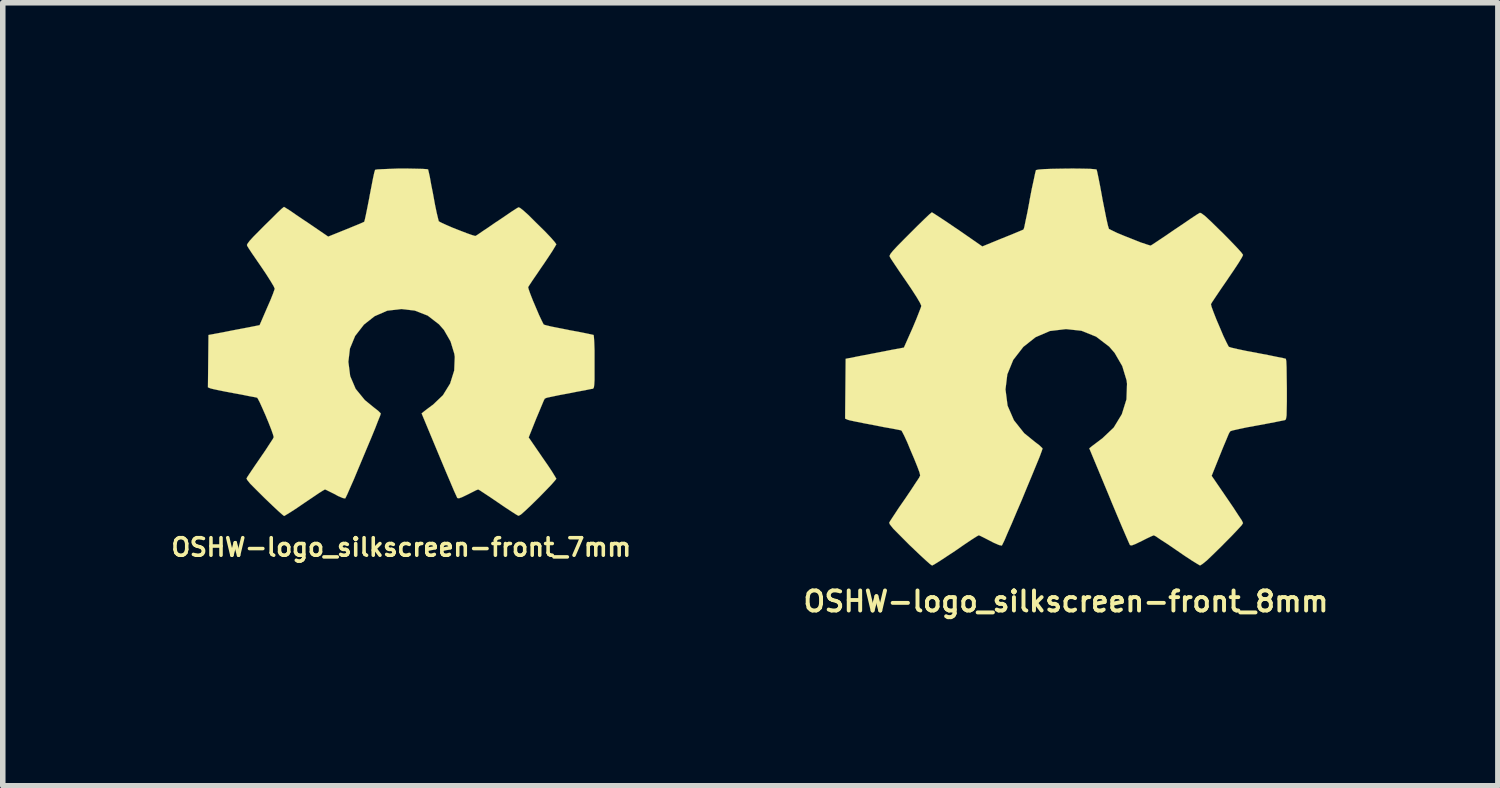
<source format=kicad_pcb>
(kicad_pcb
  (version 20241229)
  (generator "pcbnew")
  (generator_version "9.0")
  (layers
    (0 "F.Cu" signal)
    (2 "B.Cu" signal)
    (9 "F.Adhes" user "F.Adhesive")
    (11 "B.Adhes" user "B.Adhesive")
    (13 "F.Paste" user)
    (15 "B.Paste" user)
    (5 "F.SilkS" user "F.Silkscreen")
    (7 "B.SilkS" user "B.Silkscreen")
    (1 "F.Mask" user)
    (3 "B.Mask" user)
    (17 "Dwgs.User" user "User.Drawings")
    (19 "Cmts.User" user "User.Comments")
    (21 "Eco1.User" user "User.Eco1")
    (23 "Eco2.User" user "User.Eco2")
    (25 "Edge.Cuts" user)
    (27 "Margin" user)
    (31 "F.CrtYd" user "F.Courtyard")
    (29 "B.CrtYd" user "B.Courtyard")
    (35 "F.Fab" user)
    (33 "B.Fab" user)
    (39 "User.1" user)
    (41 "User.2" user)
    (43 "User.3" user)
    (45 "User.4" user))
  (footprint "OSHW-logo_silkscreen-front_8mm"
    (layer "F.Cu")
    (at 16.246 3.595)
    (property "Reference" "OSHW-logo_silkscreen-front_8mm" (at 0 4.242 0) (layer "F.SilkS") (effects (font (size 0.363 0.363) (thickness 0.071))))
    (attr through_hole)
    (fp_poly (pts (xy -2.423 3.592) (xy -2.383 3.571) (xy -2.289 3.513) (xy -2.154 3.424) (xy -1.996 3.32) (xy -1.839 3.211) (xy -1.709 3.124) (xy -1.618 3.066) (xy -1.58 3.045) (xy -1.56 3.051) (xy -1.483 3.089) (xy -1.374 3.145) (xy -1.311 3.178) (xy -1.212 3.221) (xy -1.161 3.231) (xy -1.153 3.216) (xy -1.115 3.139) (xy -1.059 3.007) (xy -0.983 2.835) (xy -0.897 2.631) (xy -0.803 2.413) (xy -0.711 2.189) (xy -0.622 1.976) (xy -0.544 1.786) (xy -0.48 1.631) (xy -0.439 1.521) (xy -0.424 1.476) (xy -0.429 1.466) (xy -0.48 1.417) (xy -0.566 1.351) (xy -0.757 1.196) (xy -0.942 0.963) (xy -1.057 0.699) (xy -1.095 0.404) (xy -1.062 0.132) (xy -0.955 -0.13) (xy -0.772 -0.366) (xy -0.551 -0.541) (xy -0.292 -0.653) (xy 0 -0.688) (xy 0.279 -0.658) (xy 0.546 -0.551) (xy 0.782 -0.371) (xy 0.881 -0.257) (xy 1.019 -0.018) (xy 1.097 0.239) (xy 1.105 0.302) (xy 1.095 0.584) (xy 1.011 0.853) (xy 0.864 1.095) (xy 0.658 1.29) (xy 0.63 1.311) (xy 0.536 1.382) (xy 0.472 1.43) (xy 0.422 1.471) (xy 0.78 2.332) (xy 0.836 2.469) (xy 0.935 2.705) (xy 1.021 2.908) (xy 1.09 3.068) (xy 1.138 3.178) (xy 1.158 3.221) (xy 1.161 3.223) (xy 1.191 3.228) (xy 1.257 3.203) (xy 1.377 3.145) (xy 1.458 3.104) (xy 1.549 3.061) (xy 1.59 3.045) (xy 1.626 3.063) (xy 1.712 3.122) (xy 1.841 3.205) (xy 1.994 3.31) (xy 2.141 3.411) (xy 2.276 3.5) (xy 2.375 3.561) (xy 2.423 3.589) (xy 2.431 3.589) (xy 2.471 3.564) (xy 2.55 3.5) (xy 2.667 3.388) (xy 2.832 3.226) (xy 2.857 3.2) (xy 2.995 3.061) (xy 3.106 2.944) (xy 3.18 2.863) (xy 3.205 2.824) (xy 3.183 2.776) (xy 3.119 2.68) (xy 3.03 2.543) (xy 2.921 2.383) (xy 2.637 1.968) (xy 2.794 1.577) (xy 2.842 1.458) (xy 2.903 1.313) (xy 2.946 1.209) (xy 2.972 1.163) (xy 3.012 1.148) (xy 3.122 1.123) (xy 3.277 1.09) (xy 3.459 1.057) (xy 3.637 1.024) (xy 3.797 0.993) (xy 3.912 0.97) (xy 3.962 0.96) (xy 3.975 0.953) (xy 3.985 0.927) (xy 3.993 0.874) (xy 3.995 0.777) (xy 3.998 0.625) (xy 3.998 0.404) (xy 3.998 0.381) (xy 3.995 0.17) (xy 3.993 0.003) (xy 3.988 -0.107) (xy 3.98 -0.15) (xy 3.929 -0.163) (xy 3.818 -0.185) (xy 3.658 -0.218) (xy 3.467 -0.254) (xy 3.457 -0.257) (xy 3.266 -0.292) (xy 3.109 -0.325) (xy 2.997 -0.351) (xy 2.951 -0.366) (xy 2.941 -0.378) (xy 2.903 -0.452) (xy 2.847 -0.569) (xy 2.786 -0.714) (xy 2.723 -0.861) (xy 2.67 -0.996) (xy 2.634 -1.095) (xy 2.624 -1.14) (xy 2.652 -1.186) (xy 2.718 -1.285) (xy 2.809 -1.42) (xy 2.921 -1.582) (xy 2.929 -1.595) (xy 3.038 -1.755) (xy 3.127 -1.89) (xy 3.185 -1.986) (xy 3.205 -2.029) (xy 3.205 -2.032) (xy 3.17 -2.08) (xy 3.089 -2.169) (xy 2.972 -2.291) (xy 2.832 -2.433) (xy 2.786 -2.477) (xy 2.631 -2.629) (xy 2.525 -2.728) (xy 2.456 -2.781) (xy 2.423 -2.794) (xy 2.423 -2.791) (xy 2.375 -2.764) (xy 2.273 -2.697) (xy 2.136 -2.603) (xy 1.974 -2.494) (xy 1.963 -2.487) (xy 1.803 -2.377) (xy 1.671 -2.289) (xy 1.575 -2.225) (xy 1.534 -2.2) (xy 1.527 -2.2) (xy 1.463 -2.22) (xy 1.349 -2.258) (xy 1.209 -2.314) (xy 1.062 -2.372) (xy 0.927 -2.428) (xy 0.826 -2.477) (xy 0.777 -2.502) (xy 0.777 -2.504) (xy 0.759 -2.563) (xy 0.732 -2.682) (xy 0.699 -2.847) (xy 0.66 -3.043) (xy 0.655 -3.073) (xy 0.62 -3.264) (xy 0.589 -3.421) (xy 0.566 -3.531) (xy 0.554 -3.576) (xy 0.528 -3.581) (xy 0.434 -3.589) (xy 0.292 -3.592) (xy 0.119 -3.594) (xy -0.061 -3.592) (xy -0.236 -3.589) (xy -0.389 -3.584) (xy -0.495 -3.576) (xy -0.541 -3.566) (xy -0.544 -3.564) (xy -0.559 -3.505) (xy -0.584 -3.386) (xy -0.62 -3.221) (xy -0.658 -3.023) (xy -0.663 -2.99) (xy -0.699 -2.799) (xy -0.732 -2.644) (xy -0.754 -2.535) (xy -0.767 -2.494) (xy -0.782 -2.484) (xy -0.861 -2.451) (xy -0.988 -2.398) (xy -1.148 -2.334) (xy -1.514 -2.184) (xy -1.961 -2.494) (xy -2.004 -2.522) (xy -2.164 -2.631) (xy -2.299 -2.72) (xy -2.39 -2.779) (xy -2.428 -2.802) (xy -2.431 -2.799) (xy -2.477 -2.761) (xy -2.565 -2.677) (xy -2.687 -2.558) (xy -2.827 -2.418) (xy -2.931 -2.314) (xy -3.056 -2.187) (xy -3.134 -2.103) (xy -3.178 -2.047) (xy -3.193 -2.014) (xy -3.188 -1.994) (xy -3.16 -1.948) (xy -3.094 -1.849) (xy -3.002 -1.712) (xy -2.893 -1.554) (xy -2.802 -1.42) (xy -2.705 -1.27) (xy -2.642 -1.163) (xy -2.619 -1.11) (xy -2.624 -1.087) (xy -2.657 -1.001) (xy -2.71 -0.866) (xy -2.776 -0.709) (xy -2.934 -0.353) (xy -3.167 -0.31) (xy -3.307 -0.282) (xy -3.505 -0.244) (xy -3.693 -0.208) (xy -3.988 -0.15) (xy -3.998 0.932) (xy -3.952 0.953) (xy -3.909 0.965) (xy -3.8 0.988) (xy -3.645 1.019) (xy -3.459 1.054) (xy -3.305 1.085) (xy -3.145 1.113) (xy -3.033 1.135) (xy -2.982 1.146) (xy -2.969 1.163) (xy -2.929 1.24) (xy -2.873 1.361) (xy -2.812 1.509) (xy -2.748 1.659) (xy -2.692 1.798) (xy -2.652 1.905) (xy -2.639 1.961) (xy -2.659 2.004) (xy -2.72 2.095) (xy -2.807 2.228) (xy -2.913 2.385) (xy -3.023 2.543) (xy -3.111 2.677) (xy -3.175 2.774) (xy -3.2 2.817) (xy -3.188 2.847) (xy -3.127 2.924) (xy -3.007 3.045) (xy -2.832 3.221) (xy -2.802 3.249) (xy -2.662 3.383) (xy -2.543 3.493) (xy -2.461 3.566) (xy -2.423 3.592)) (stroke (width 0.003) (type solid)) (fill yes) (layer "F.SilkS")))
  (footprint "OSHW-logo_silkscreen-front_7mm"
    (layer "F.Cu")
    (at 4.214 3.146)
    (property "Reference" "OSHW-logo_silkscreen-front_7mm" (at 0 3.711 0) (layer "F.SilkS") (effects (font (size 0.318 0.318) (thickness 0.064))))
    (attr through_hole)
    (fp_poly (pts (xy -2.121 3.145) (xy -2.085 3.124) (xy -2.002 3.073) (xy -1.885 2.997) (xy -1.748 2.903) (xy -1.608 2.809) (xy -1.496 2.733) (xy -1.415 2.682) (xy -1.382 2.664) (xy -1.364 2.67) (xy -1.298 2.703) (xy -1.201 2.751) (xy -1.148 2.781) (xy -1.059 2.819) (xy -1.016 2.827) (xy -1.008 2.814) (xy -0.975 2.746) (xy -0.925 2.631) (xy -0.859 2.482) (xy -0.785 2.304) (xy -0.704 2.111) (xy -0.622 1.915) (xy -0.544 1.73) (xy -0.475 1.562) (xy -0.422 1.425) (xy -0.384 1.331) (xy -0.371 1.29) (xy -0.376 1.283) (xy -0.419 1.24) (xy -0.495 1.181) (xy -0.66 1.046) (xy -0.826 0.843) (xy -0.925 0.612) (xy -0.958 0.353) (xy -0.93 0.114) (xy -0.836 -0.114) (xy -0.676 -0.32) (xy -0.483 -0.472) (xy -0.254 -0.572) (xy 0 -0.602) (xy 0.244 -0.574) (xy 0.478 -0.483) (xy 0.683 -0.325) (xy 0.772 -0.224) (xy 0.892 -0.015) (xy 0.96 0.208) (xy 0.968 0.264) (xy 0.958 0.511) (xy 0.884 0.747) (xy 0.754 0.958) (xy 0.574 1.13) (xy 0.551 1.146) (xy 0.467 1.209) (xy 0.411 1.252) (xy 0.368 1.288) (xy 0.681 2.04) (xy 0.732 2.162) (xy 0.818 2.367) (xy 0.894 2.545) (xy 0.953 2.685) (xy 0.996 2.779) (xy 1.013 2.817) (xy 1.016 2.819) (xy 1.044 2.824) (xy 1.1 2.804) (xy 1.206 2.753) (xy 1.275 2.718) (xy 1.356 2.677) (xy 1.392 2.664) (xy 1.422 2.68) (xy 1.499 2.731) (xy 1.61 2.804) (xy 1.745 2.896) (xy 1.875 2.985) (xy 1.991 3.061) (xy 2.078 3.117) (xy 2.118 3.139) (xy 2.126 3.139) (xy 2.164 3.119) (xy 2.23 3.061) (xy 2.334 2.964) (xy 2.479 2.822) (xy 2.502 2.799) (xy 2.621 2.677) (xy 2.718 2.576) (xy 2.781 2.504) (xy 2.807 2.471) (xy 2.784 2.431) (xy 2.731 2.344) (xy 2.652 2.225) (xy 2.555 2.085) (xy 2.306 1.722) (xy 2.443 1.379) (xy 2.487 1.275) (xy 2.54 1.148) (xy 2.578 1.057) (xy 2.598 1.019) (xy 2.637 1.003) (xy 2.731 0.983) (xy 2.865 0.955) (xy 3.028 0.925) (xy 3.183 0.894) (xy 3.322 0.869) (xy 3.421 0.848) (xy 3.467 0.841) (xy 3.477 0.833) (xy 3.487 0.813) (xy 3.493 0.765) (xy 3.498 0.681) (xy 3.498 0.546) (xy 3.498 0.353) (xy 3.498 0.333) (xy 3.498 0.147) (xy 3.493 0.003) (xy 3.487 -0.094) (xy 3.482 -0.132) (xy 3.439 -0.142) (xy 3.34 -0.163) (xy 3.2 -0.191) (xy 3.035 -0.221) (xy 3.025 -0.224) (xy 2.857 -0.257) (xy 2.72 -0.284) (xy 2.624 -0.307) (xy 2.581 -0.32) (xy 2.573 -0.33) (xy 2.54 -0.396) (xy 2.492 -0.498) (xy 2.438 -0.625) (xy 2.383 -0.754) (xy 2.337 -0.871) (xy 2.306 -0.958) (xy 2.296 -0.998) (xy 2.322 -1.039) (xy 2.377 -1.123) (xy 2.459 -1.242) (xy 2.555 -1.384) (xy 2.563 -1.394) (xy 2.657 -1.534) (xy 2.736 -1.654) (xy 2.786 -1.737) (xy 2.807 -1.775) (xy 2.804 -1.778) (xy 2.774 -1.819) (xy 2.703 -1.9) (xy 2.601 -2.007) (xy 2.477 -2.129) (xy 2.438 -2.167) (xy 2.304 -2.301) (xy 2.207 -2.388) (xy 2.149 -2.433) (xy 2.121 -2.443) (xy 2.078 -2.418) (xy 1.989 -2.36) (xy 1.869 -2.278) (xy 1.727 -2.182) (xy 1.717 -2.177) (xy 1.577 -2.08) (xy 1.46 -2.002) (xy 1.379 -1.946) (xy 1.344 -1.925) (xy 1.336 -1.925) (xy 1.28 -1.941) (xy 1.181 -1.976) (xy 1.057 -2.024) (xy 0.927 -2.075) (xy 0.81 -2.126) (xy 0.721 -2.167) (xy 0.681 -2.189) (xy 0.678 -2.192) (xy 0.665 -2.243) (xy 0.64 -2.347) (xy 0.61 -2.492) (xy 0.579 -2.662) (xy 0.574 -2.69) (xy 0.541 -2.855) (xy 0.516 -2.995) (xy 0.495 -3.089) (xy 0.485 -3.129) (xy 0.462 -3.134) (xy 0.381 -3.139) (xy 0.257 -3.142) (xy 0.104 -3.145) (xy -0.053 -3.145) (xy -0.208 -3.139) (xy -0.34 -3.134) (xy -0.434 -3.129) (xy -0.472 -3.122) (xy -0.475 -3.119) (xy -0.49 -3.068) (xy -0.513 -2.962) (xy -0.541 -2.817) (xy -0.574 -2.647) (xy -0.579 -2.616) (xy -0.612 -2.449) (xy -0.64 -2.311) (xy -0.66 -2.22) (xy -0.671 -2.182) (xy -0.686 -2.174) (xy -0.754 -2.144) (xy -0.866 -2.098) (xy -1.003 -2.042) (xy -1.323 -1.913) (xy -1.717 -2.182) (xy -1.753 -2.205) (xy -1.895 -2.301) (xy -2.009 -2.38) (xy -2.09 -2.431) (xy -2.123 -2.451) (xy -2.126 -2.449) (xy -2.167 -2.416) (xy -2.245 -2.342) (xy -2.349 -2.238) (xy -2.474 -2.116) (xy -2.565 -2.024) (xy -2.675 -1.913) (xy -2.743 -1.839) (xy -2.779 -1.791) (xy -2.794 -1.763) (xy -2.789 -1.745) (xy -2.764 -1.704) (xy -2.708 -1.618) (xy -2.626 -1.499) (xy -2.53 -1.359) (xy -2.451 -1.242) (xy -2.367 -1.11) (xy -2.311 -1.016) (xy -2.291 -0.97) (xy -2.296 -0.953) (xy -2.324 -0.874) (xy -2.37 -0.759) (xy -2.431 -0.62) (xy -2.565 -0.31) (xy -2.771 -0.269) (xy -2.893 -0.246) (xy -3.066 -0.213) (xy -3.231 -0.18) (xy -3.49 -0.132) (xy -3.5 0.815) (xy -3.459 0.833) (xy -3.421 0.843) (xy -3.325 0.864) (xy -3.188 0.892) (xy -3.028 0.922) (xy -2.891 0.947) (xy -2.753 0.975) (xy -2.654 0.993) (xy -2.609 1.003) (xy -2.598 1.019) (xy -2.563 1.085) (xy -2.515 1.191) (xy -2.459 1.318) (xy -2.403 1.453) (xy -2.355 1.575) (xy -2.322 1.669) (xy -2.309 1.717) (xy -2.327 1.753) (xy -2.38 1.834) (xy -2.456 1.951) (xy -2.55 2.088) (xy -2.644 2.225) (xy -2.723 2.342) (xy -2.779 2.426) (xy -2.802 2.464) (xy -2.789 2.492) (xy -2.736 2.558) (xy -2.631 2.664) (xy -2.477 2.817) (xy -2.451 2.842) (xy -2.329 2.959) (xy -2.225 3.056) (xy -2.154 3.119) (xy -2.121 3.145)) (stroke (width 0.003) (type solid)) (fill yes) (layer "F.SilkS")))
  (gr_rect
    (start -3 -3)
    (end 24.064 11.174)
    (stroke (width 0.1) (type default))
    (fill no)
    (layer "Edge.Cuts")))
</source>
